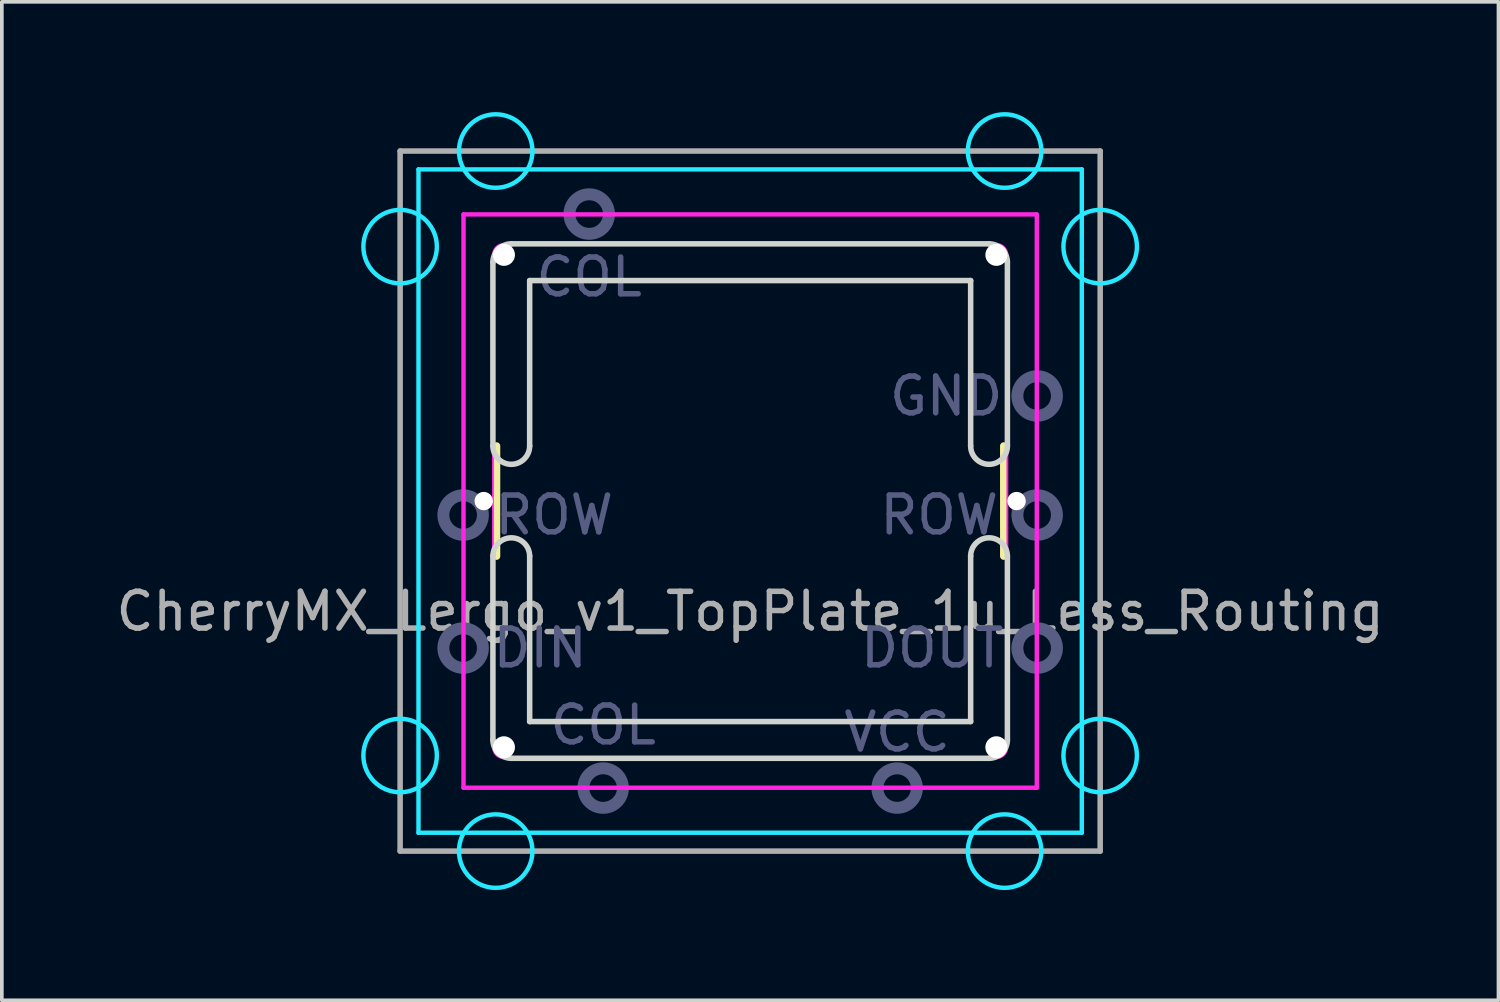
<source format=kicad_pcb>
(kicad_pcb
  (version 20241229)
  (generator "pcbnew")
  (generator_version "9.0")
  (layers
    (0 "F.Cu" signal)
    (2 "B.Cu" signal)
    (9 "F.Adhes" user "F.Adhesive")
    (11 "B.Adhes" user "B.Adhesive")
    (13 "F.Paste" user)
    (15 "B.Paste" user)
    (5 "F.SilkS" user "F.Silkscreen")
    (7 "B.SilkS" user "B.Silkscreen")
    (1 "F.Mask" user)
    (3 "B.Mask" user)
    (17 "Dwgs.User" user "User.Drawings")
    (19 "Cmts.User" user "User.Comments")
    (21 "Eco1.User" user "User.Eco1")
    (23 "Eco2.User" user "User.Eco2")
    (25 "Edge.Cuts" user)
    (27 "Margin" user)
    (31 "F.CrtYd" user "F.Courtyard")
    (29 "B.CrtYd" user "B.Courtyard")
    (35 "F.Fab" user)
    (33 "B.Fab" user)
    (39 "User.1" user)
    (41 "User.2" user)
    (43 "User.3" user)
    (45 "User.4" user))
  (footprint "CherryMX_Lergo_v1_TopPlate_1u_Less_Routing"
    (layer "F.Cu")
    (at 17.363 10.585)
    (property "Reference" "CherryMX_Lergo_v1_TopPlate_1u_Less_Routing" (at 0 3 0) (layer "F.Fab") (effects (font (size 1 1) (thickness 0.15))))
    (attr through_hole)
    (fp_line (start -6.9 -1.5) (end -6.9 1.5) (stroke (width 0.2) (type solid)) (layer "F.SilkS"))
    (fp_line (start 6.9 -1.5) (end 6.9 1.5) (stroke (width 0.2) (type solid)) (layer "F.SilkS"))
    (fp_line (start -7 -6.5) (end -7 -1.5) (stroke (width 0.15) (type solid)) (layer "Edge.Cuts"))
    (fp_line (start -7 1.5) (end -7 6.5) (stroke (width 0.15) (type solid)) (layer "Edge.Cuts"))
    (fp_line (start -6.5 7) (end 6.5 7) (stroke (width 0.15) (type solid)) (layer "Edge.Cuts"))
    (fp_line (start -6 -6) (end -6 -1.5) (stroke (width 0.15) (type solid)) (layer "Edge.Cuts"))
    (fp_line (start -6 1.5) (end -6 6) (stroke (width 0.15) (type solid)) (layer "Edge.Cuts"))
    (fp_line (start -6 6) (end 6 6) (stroke (width 0.15) (type solid)) (layer "Edge.Cuts"))
    (fp_line (start 6 -6) (end -6 -6) (stroke (width 0.15) (type solid)) (layer "Edge.Cuts"))
    (fp_line (start 6 -1.5) (end 6 -6) (stroke (width 0.15) (type solid)) (layer "Edge.Cuts"))
    (fp_line (start 6 6) (end 6 1.5) (stroke (width 0.15) (type solid)) (layer "Edge.Cuts"))
    (fp_line (start 6.5 -7) (end -6.5 -7) (stroke (width 0.15) (type solid)) (layer "Edge.Cuts"))
    (fp_line (start 7 -1.5) (end 7 -6.5) (stroke (width 0.15) (type solid)) (layer "Edge.Cuts"))
    (fp_line (start 7 6.5) (end 7 1.5) (stroke (width 0.15) (type solid)) (layer "Edge.Cuts"))
    (fp_arc (start -7 -6.5) (mid -6.853553 -6.853553) (end -6.5 -7) (stroke (width 0.15) (type solid)) (layer "Edge.Cuts"))
    (fp_arc (start -7 1.5) (mid -6.5 1) (end -6 1.5) (stroke (width 0.15) (type solid)) (layer "Edge.Cuts"))
    (fp_arc (start -6.5 7) (mid -6.853553 6.853553) (end -7 6.5) (stroke (width 0.15) (type solid)) (layer "Edge.Cuts"))
    (fp_arc (start -6 -1.5) (mid -6.5 -1) (end -7 -1.5) (stroke (width 0.15) (type solid)) (layer "Edge.Cuts"))
    (fp_arc (start 6 1.5) (mid 6.5 1) (end 7 1.5) (stroke (width 0.15) (type solid)) (layer "Edge.Cuts"))
    (fp_arc (start 6.5 -7) (mid 6.853553 -6.853553) (end 7 -6.5) (stroke (width 0.15) (type solid)) (layer "Edge.Cuts"))
    (fp_arc (start 7 -1.5) (mid 6.5 -1) (end 6 -1.5) (stroke (width 0.15) (type solid)) (layer "Edge.Cuts"))
    (fp_arc (start 7 6.5) (mid 6.853553 6.853553) (end 6.5 7) (stroke (width 0.15) (type solid)) (layer "Edge.Cuts"))
    (fp_line (start -9.025 -9.025) (end 9.025 -9.025) (stroke (width 0.12) (type solid)) (layer "B.CrtYd"))
    (fp_line (start -9.025 9.025) (end -9.025 -9.025) (stroke (width 0.12) (type solid)) (layer "B.CrtYd"))
    (fp_line (start 9.025 -9.025) (end 9.025 9.025) (stroke (width 0.12) (type solid)) (layer "B.CrtYd"))
    (fp_line (start 9.025 9.025) (end -9.025 9.025) (stroke (width 0.12) (type solid)) (layer "B.CrtYd"))
    (fp_circle (center -9.525 -6.924) (end -9.525 -7.924) (stroke (width 0.12) (type solid)) (fill no) (layer "B.CrtYd"))
    (fp_circle (center -9.525 6.924) (end -9.525 5.924) (stroke (width 0.12) (type solid)) (fill no) (layer "B.CrtYd"))
    (fp_circle (center -6.924 -9.525) (end -5.924 -9.525) (stroke (width 0.12) (type solid)) (fill no) (layer "B.CrtYd"))
    (fp_circle (center -6.924 9.525) (end -5.924 9.525) (stroke (width 0.12) (type solid)) (fill no) (layer "B.CrtYd"))
    (fp_circle (center 6.924 -9.525) (end 7.924 -9.525) (stroke (width 0.12) (type solid)) (fill no) (layer "B.CrtYd"))
    (fp_circle (center 6.924 9.525) (end 7.924 9.525) (stroke (width 0.12) (type solid)) (fill no) (layer "B.CrtYd"))
    (fp_circle (center 9.525 -6.924) (end 9.525 -7.924) (stroke (width 0.12) (type solid)) (fill no) (layer "B.CrtYd"))
    (fp_circle (center 9.525 6.924) (end 9.525 5.924) (stroke (width 0.12) (type solid)) (fill no) (layer "B.CrtYd"))
    (fp_line (start -7.8 -7.8) (end 7.8 -7.8) (stroke (width 0.12) (type solid)) (layer "F.CrtYd"))
    (fp_line (start -7.8 7.8) (end -7.8 -7.8) (stroke (width 0.12) (type solid)) (layer "F.CrtYd"))
    (fp_line (start -7 6.7) (end -7 -6.7) (stroke (width 0.05) (type solid)) (layer "F.CrtYd"))
    (fp_line (start -6.7 -7) (end 6.7 -7) (stroke (width 0.05) (type solid)) (layer "F.CrtYd"))
    (fp_line (start 6.7 7) (end -6.7 7) (stroke (width 0.05) (type solid)) (layer "F.CrtYd"))
    (fp_line (start 7 -6.7) (end 7 6.7) (stroke (width 0.05) (type solid)) (layer "F.CrtYd"))
    (fp_line (start 7.8 -7.8) (end 7.8 7.8) (stroke (width 0.12) (type solid)) (layer "F.CrtYd"))
    (fp_line (start 7.8 7.8) (end -7.8 7.8) (stroke (width 0.12) (type solid)) (layer "F.CrtYd"))
    (fp_arc (start -7 -6.7) (mid -6.912132 -6.912132) (end -6.7 -7) (stroke (width 0.05) (type solid)) (layer "F.CrtYd"))
    (fp_arc (start -6.7 7) (mid -6.912132 6.912132) (end -7 6.7) (stroke (width 0.05) (type solid)) (layer "F.CrtYd"))
    (fp_arc (start 6.7 -7) (mid 6.912132 -6.912132) (end 7 -6.7) (stroke (width 0.05) (type solid)) (layer "F.CrtYd"))
    (fp_arc (start 7 6.7) (mid 6.912132 6.912132) (end 6.7 7) (stroke (width 0.05) (type solid)) (layer "F.CrtYd"))
    (fp_circle (center -7.81 0.38) (end -7.272 0.38) (stroke (width 0.325) (type solid)) (fill no) (layer "B.Fab"))
    (fp_circle (center -7.81 4) (end -7.272 4) (stroke (width 0.325) (type solid)) (fill no) (layer "B.Fab"))
    (fp_circle (center -4.38 -7.81) (end -3.842 -7.81) (stroke (width 0.325) (type solid)) (fill no) (layer "B.Fab"))
    (fp_circle (center -4 7.81) (end -3.462 7.81) (stroke (width 0.325) (type solid)) (fill no) (layer "B.Fab"))
    (fp_circle (center 4 7.81) (end 4.537 7.81) (stroke (width 0.325) (type solid)) (fill no) (layer "B.Fab"))
    (fp_circle (center 7.81 -2.86) (end 8.348 -2.86) (stroke (width 0.325) (type solid)) (fill no) (layer "B.Fab"))
    (fp_circle (center 7.81 0.38) (end 8.348 0.38) (stroke (width 0.325) (type solid)) (fill no) (layer "B.Fab"))
    (fp_circle (center 7.81 4) (end 8.348 4) (stroke (width 0.325) (type solid)) (fill no) (layer "B.Fab"))
    (fp_line (start -9.525 -9.525) (end -9.525 9.525) (stroke (width 0.15) (type solid)) (layer "F.Fab"))
    (fp_line (start -9.525 9.525) (end 9.525 9.525) (stroke (width 0.15) (type solid)) (layer "F.Fab"))
    (fp_line (start 9.525 -9.525) (end -9.525 -9.525) (stroke (width 0.15) (type solid)) (layer "F.Fab"))
    (fp_line (start 9.525 9.525) (end 9.525 -9.525) (stroke (width 0.15) (type solid)) (layer "F.Fab"))
    (fp_text user "GND" (at 5.334 -2.857 0) (layer "B.Fab") (effects (font (size 1 1) (thickness 0.15))))
    (fp_text user "ROW" (at -5.334 0.381 0) (layer "B.Fab") (effects (font (size 1 1) (thickness 0.15))))
    (fp_text user "COL" (at -4 6.096 0) (layer "B.Fab") (effects (font (size 1 1) (thickness 0.15))))
    (fp_text user "ROW" (at 5.144 0.381 0) (layer "B.Fab") (effects (font (size 1 1) (thickness 0.15))))
    (fp_text user "COL" (at -4.381 -6.096 0) (layer "B.Fab") (effects (font (size 1 1) (thickness 0.15))))
    (fp_text user "DOUT" (at 4.953 4 0) (layer "B.Fab") (effects (font (size 1 1) (thickness 0.15))))
    (fp_text user "VCC" (at 4 6.287 0) (layer "B.Fab") (effects (font (size 1 1) (thickness 0.15))))
    (fp_text user "DIN" (at -5.715 4 0) (layer "B.Fab") (effects (font (size 1 1) (thickness 0.15))))
    (pad "" np_thru_hole circle (at -7.25 0 90) (size 0.5 0.5) (drill 0.5) (layers "*.Cu" "*.Mask"))
    (pad "" np_thru_hole circle (at -6.7 -6.7) (size 0.6 0.6) (drill 0.6) (layers "*.Cu"))
    (pad "" np_thru_hole circle (at -6.7 6.7) (size 0.6 0.6) (drill 0.6) (layers "*.Cu"))
    (pad "" np_thru_hole circle (at 6.7 -6.7) (size 0.6 0.6) (drill 0.6) (layers "*.Cu"))
    (pad "" np_thru_hole circle (at 6.7 6.7) (size 0.6 0.6) (drill 0.6) (layers "*.Cu"))
    (pad "" np_thru_hole circle (at 7.25 0 90) (size 0.5 0.5) (drill 0.5) (layers "*.Cu" "*.Mask")))
  (gr_rect
    (start -3 -3)
    (end 37.726 24.17)
    (stroke (width 0.1) (type default))
    (fill no)
    (layer "Edge.Cuts")))
</source>
